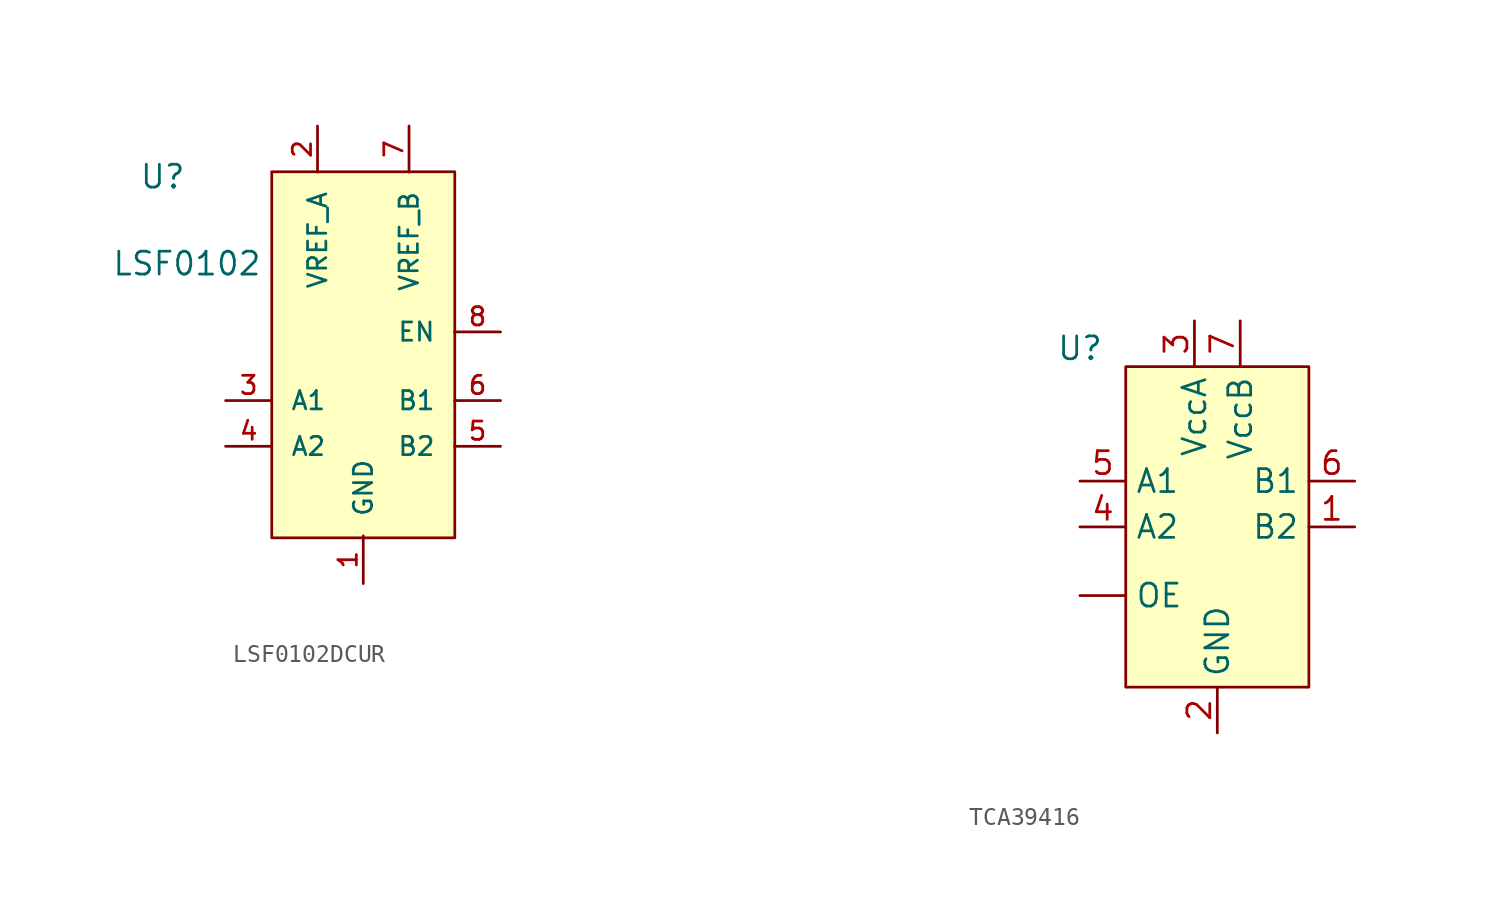
<source format=kicad_sym>
(kicad_symbol_lib
  (version 20231120)
  (generator "kicad_symbol_editor")
  (generator_version "8.0")
  (symbol "LSF0102DCUR"
    (pin_names
      (offset 1.016))
    (property "Reference" "U"
      (at 26.924 19.304 0)
      (effects (font (size 1.27 1.27)) (justify left bottom)))
    (property "Value" "LSF0102"
      (at 25.4 14.478 0)
      (effects (font (size 1.27 1.27)) (justify left bottom)))
    (symbol "LSF0102DCUR_1_0"
      (pin power_in line (at 39.37 -2.54 90) (length 2.65) (name "GND" (effects (font (size 1.016 1.016)))) (number "1" (effects (font (size 1.016 1.016)))))
      (pin input line (at 36.83 22.86 270) (length 2.56) (name "VREF_A" (effects (font (size 1.016 1.016)))) (number "2" (effects (font (size 1.016 1.016)))))
      (pin bidirectional line (at 31.73 7.62 0) (length 2.56) (name "A1" (effects (font (size 1.016 1.016)))) (number "3" (effects (font (size 1.016 1.016)))))
      (pin bidirectional line (at 31.73 5.08 0) (length 2.56) (name "A2" (effects (font (size 1.016 1.016)))) (number "4" (effects (font (size 1.016 1.016)))))
      (pin bidirectional line (at 46.99 5.08 180) (length 2.56) (name "B2" (effects (font (size 1.016 1.016)))) (number "5" (effects (font (size 1.016 1.016)))))
      (pin bidirectional line (at 46.99 7.62 180) (length 2.56) (name "B1" (effects (font (size 1.016 1.016)))) (number "6" (effects (font (size 1.016 1.016)))))
      (pin input line (at 41.91 22.86 270) (length 2.56) (name "VREF_B" (effects (font (size 1.016 1.016)))) (number "7" (effects (font (size 1.016 1.016)))))
      (pin input line (at 46.99 11.43 180) (length 2.56) (name "EN" (effects (font (size 1.016 1.016)))) (number "8" (effects (font (size 1.016 1.016))))))
    (symbol "LSF0102DCUR_1_1"
      (rectangle (start 34.29 20.32) (end 44.45 0) (stroke (width 0) (type default)) (fill (type background)))))
  (symbol "TCA39416"
    (property "Reference" "U"
      (at 21.59 -11.684 0)
      (effects (font (size 1.27 1.27))))
    (property "Value" ""
      (at 0 0 0)
      (effects (font (size 1.27 1.27))))
    (symbol "TCA39416_1_1"
      (rectangle (start 24.13 -12.7) (end 34.29 -30.48) (stroke (width 0) (type default)) (fill (type background)))
      (pin input line (at 21.59 -25.4 0) (length 2.54) (name "OE" (effects (font (size 1.27 1.27)))) (number "" (effects (font (size 1.27 1.27)))))
      (pin input line (at 36.83 -21.59 180) (length 2.54) (name "B2" (effects (font (size 1.27 1.27)))) (number "1" (effects (font (size 1.27 1.27)))))
      (pin input line (at 29.21 -33.02 90) (length 2.54) (name "GND" (effects (font (size 1.27 1.27)))) (number "2" (effects (font (size 1.27 1.27)))))
      (pin input line (at 27.94 -10.16 270) (length 2.54) (name "VccA" (effects (font (size 1.27 1.27)))) (number "3" (effects (font (size 1.27 1.27)))))
      (pin input line (at 21.59 -21.59 0) (length 2.54) (name "A2" (effects (font (size 1.27 1.27)))) (number "4" (effects (font (size 1.27 1.27)))))
      (pin input line (at 21.59 -19.05 0) (length 2.54) (name "A1" (effects (font (size 1.27 1.27)))) (number "5" (effects (font (size 1.27 1.27)))))
      (pin input line (at 36.83 -19.05 180) (length 2.54) (name "B1" (effects (font (size 1.27 1.27)))) (number "6" (effects (font (size 1.27 1.27)))))
      (pin input line (at 30.48 -10.16 270) (length 2.54) (name "VccB" (effects (font (size 1.27 1.27)))) (number "7" (effects (font (size 1.27 1.27))))))))
</source>
